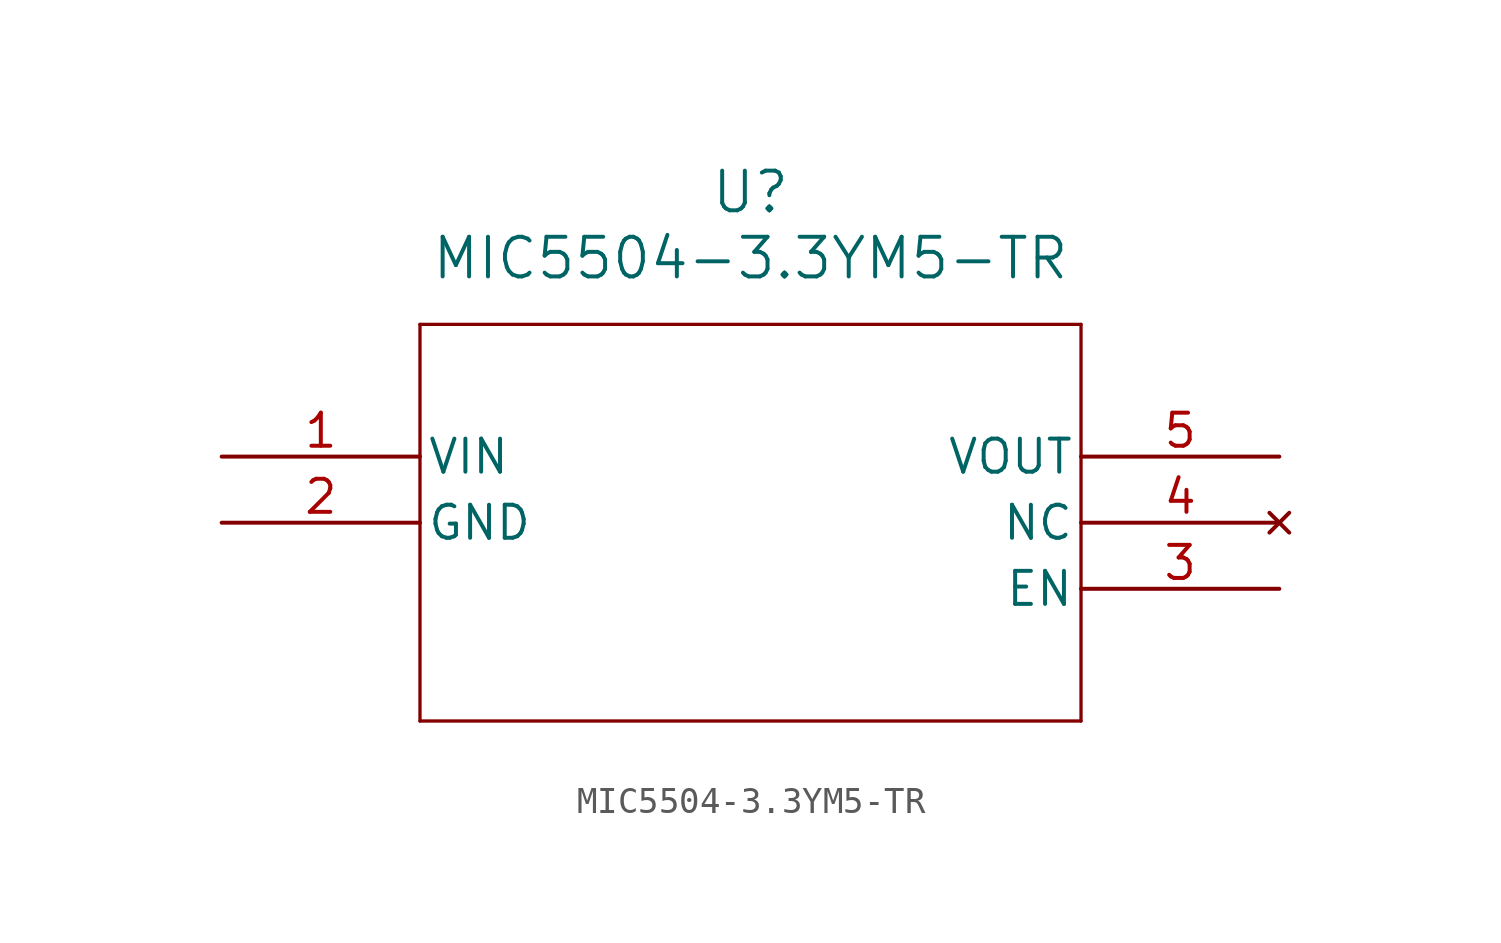
<source format=kicad_sym>
(kicad_symbol_lib
  (version 20211014)
  (generator kicad_symbol_editor)
  (symbol "MIC5504-3.3YM5-TR"
    (pin_names
      (offset 0.254))
    (property "Reference" "U"
      (at 20.32 10.16 0)
      (effects (font (size 1.524 1.524))))
    (property "Value" "MIC5504-3.3YM5-TR"
      (at 20.32 7.62 0)
      (effects (font (size 1.524 1.524))))
    (symbol "MIC5504-3.3YM5-TR_0_1"
      (polyline (pts (xy 7.62 5.08) (xy 7.62 -10.16)) (stroke (width 0.127) (type default) (color 0 0 0 0)) (fill (type none)))
      (polyline (pts (xy 7.62 -10.16) (xy 33.02 -10.16)) (stroke (width 0.127) (type default) (color 0 0 0 0)) (fill (type none)))
      (polyline (pts (xy 33.02 -10.16) (xy 33.02 5.08)) (stroke (width 0.127) (type default) (color 0 0 0 0)) (fill (type none)))
      (polyline (pts (xy 33.02 5.08) (xy 7.62 5.08)) (stroke (width 0.127) (type default) (color 0 0 0 0)) (fill (type none)))
      (pin input line (at 0 0 0) (length 7.62) (name "VIN" (effects (font (size 1.27 1.27)))) (number "1" (effects (font (size 1.27 1.27)))))
      (pin power_in line (at 0 -2.54 0) (length 7.62) (name "GND" (effects (font (size 1.27 1.27)))) (number "2" (effects (font (size 1.27 1.27)))))
      (pin input line (at 40.64 -5.08 180) (length 7.62) (name "EN" (effects (font (size 1.27 1.27)))) (number "3" (effects (font (size 1.27 1.27)))))
      (pin no_connect line (at 40.64 -2.54 180) (length 7.62) (name "NC" (effects (font (size 1.27 1.27)))) (number "4" (effects (font (size 1.27 1.27)))))
      (pin output line (at 40.64 0 180) (length 7.62) (name "VOUT" (effects (font (size 1.27 1.27)))) (number "5" (effects (font (size 1.27 1.27))))))))
</source>
